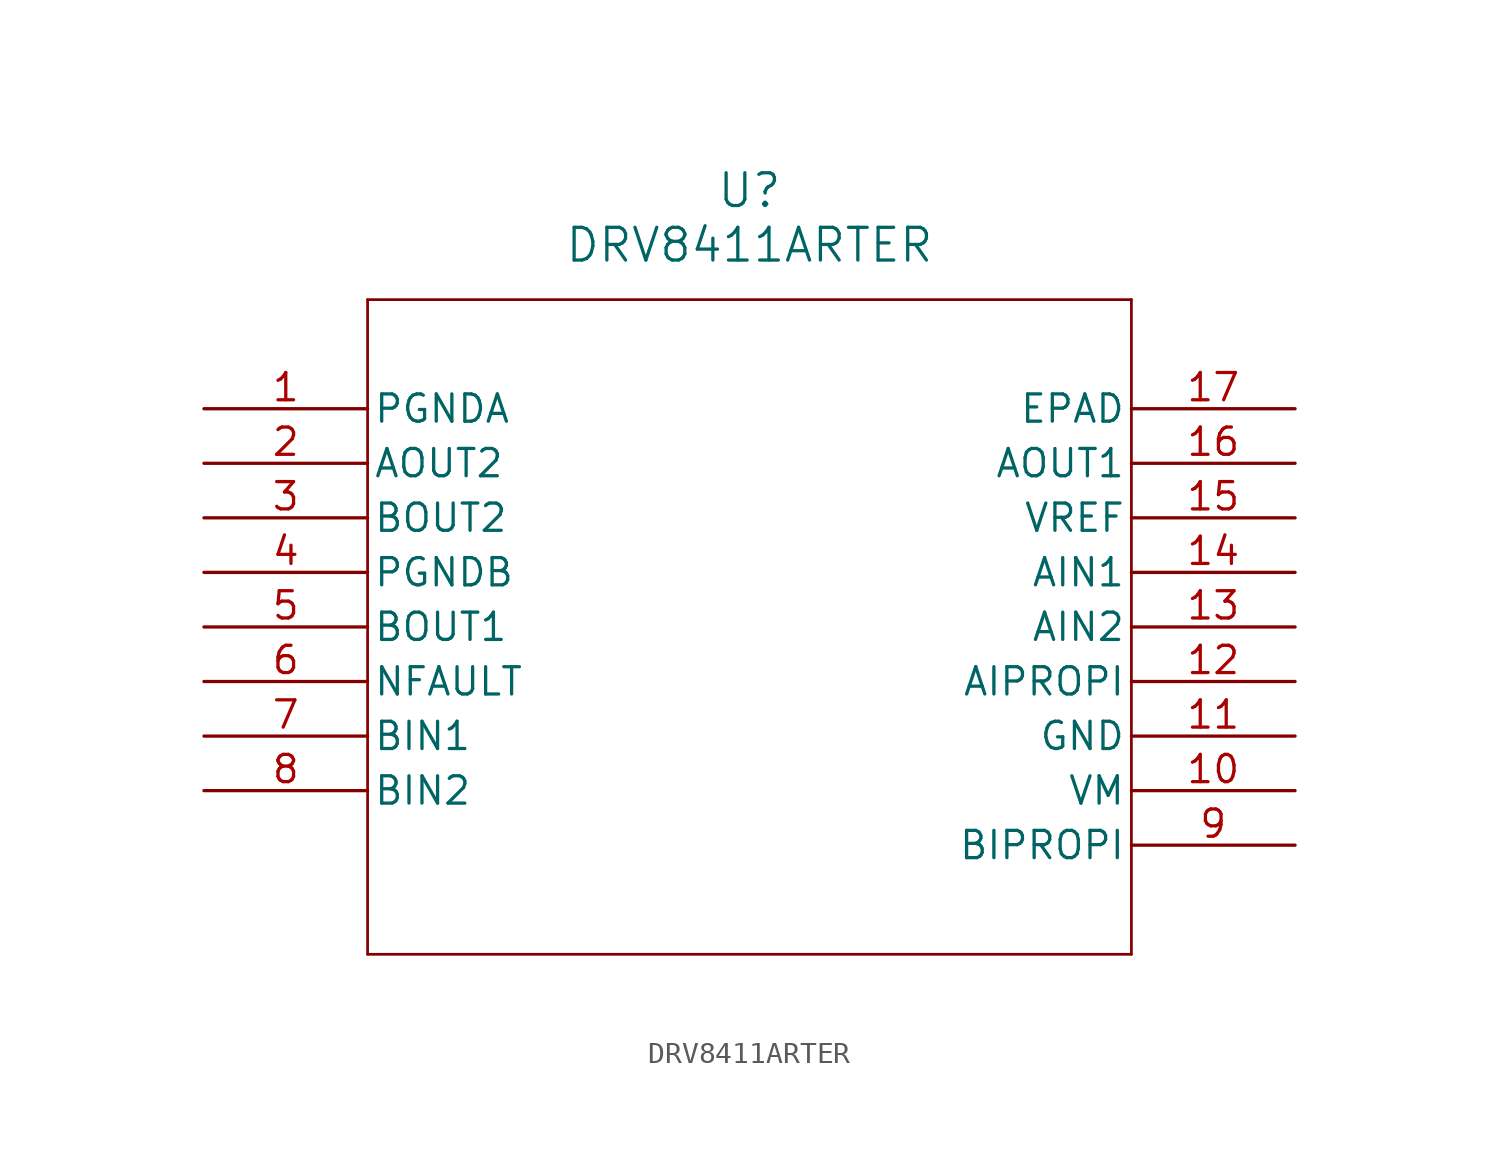
<source format=kicad_sym>
(kicad_symbol_lib
  (version 20211014)
  (generator kicad_symbol_editor)
  (symbol "DRV8411ARTER"
    (pin_names
      (offset 0.254))
    (property "Reference" "U"
      (at 25.4 10.16 0)
      (effects (font (size 1.524 1.524))))
    (property "Value" "DRV8411ARTER"
      (at 25.4 7.62 0)
      (effects (font (size 1.524 1.524))))
    (symbol "DRV8411ARTER_0_1"
      (polyline (pts (xy 7.62 5.08) (xy 7.62 -25.4)) (stroke (width 0.127) (type default) (color 0 0 0 0)) (fill (type none)))
      (polyline (pts (xy 7.62 -25.4) (xy 43.18 -25.4)) (stroke (width 0.127) (type default) (color 0 0 0 0)) (fill (type none)))
      (polyline (pts (xy 43.18 -25.4) (xy 43.18 5.08)) (stroke (width 0.127) (type default) (color 0 0 0 0)) (fill (type none)))
      (polyline (pts (xy 43.18 5.08) (xy 7.62 5.08)) (stroke (width 0.127) (type default) (color 0 0 0 0)) (fill (type none)))
      (pin power_in line (at 0 0 0) (length 7.62) (name "PGNDA" (effects (font (size 1.27 1.27)))) (number "1" (effects (font (size 1.27 1.27)))))
      (pin output line (at 0 -2.54 0) (length 7.62) (name "AOUT2" (effects (font (size 1.27 1.27)))) (number "2" (effects (font (size 1.27 1.27)))))
      (pin output line (at 0 -5.08 0) (length 7.62) (name "BOUT2" (effects (font (size 1.27 1.27)))) (number "3" (effects (font (size 1.27 1.27)))))
      (pin power_in line (at 0 -7.62 0) (length 7.62) (name "PGNDB" (effects (font (size 1.27 1.27)))) (number "4" (effects (font (size 1.27 1.27)))))
      (pin output line (at 0 -10.16 0) (length 7.62) (name "BOUT1" (effects (font (size 1.27 1.27)))) (number "5" (effects (font (size 1.27 1.27)))))
      (pin output line (at 0 -12.7 0) (length 7.62) (name "NFAULT" (effects (font (size 1.27 1.27)))) (number "6" (effects (font (size 1.27 1.27)))))
      (pin input line (at 0 -15.24 0) (length 7.62) (name "BIN1" (effects (font (size 1.27 1.27)))) (number "7" (effects (font (size 1.27 1.27)))))
      (pin input line (at 0 -17.78 0) (length 7.62) (name "BIN2" (effects (font (size 1.27 1.27)))) (number "8" (effects (font (size 1.27 1.27)))))
      (pin output line (at 50.8 -20.32 180) (length 7.62) (name "BIPROPI" (effects (font (size 1.27 1.27)))) (number "9" (effects (font (size 1.27 1.27)))))
      (pin power_in line (at 50.8 -17.78 180) (length 7.62) (name "VM" (effects (font (size 1.27 1.27)))) (number "10" (effects (font (size 1.27 1.27)))))
      (pin power_in line (at 50.8 -15.24 180) (length 7.62) (name "GND" (effects (font (size 1.27 1.27)))) (number "11" (effects (font (size 1.27 1.27)))))
      (pin output line (at 50.8 -12.7 180) (length 7.62) (name "AIPROPI" (effects (font (size 1.27 1.27)))) (number "12" (effects (font (size 1.27 1.27)))))
      (pin input line (at 50.8 -10.16 180) (length 7.62) (name "AIN2" (effects (font (size 1.27 1.27)))) (number "13" (effects (font (size 1.27 1.27)))))
      (pin input line (at 50.8 -7.62 180) (length 7.62) (name "AIN1" (effects (font (size 1.27 1.27)))) (number "14" (effects (font (size 1.27 1.27)))))
      (pin input line (at 50.8 -5.08 180) (length 7.62) (name "VREF" (effects (font (size 1.27 1.27)))) (number "15" (effects (font (size 1.27 1.27)))))
      (pin output line (at 50.8 -2.54 180) (length 7.62) (name "AOUT1" (effects (font (size 1.27 1.27)))) (number "16" (effects (font (size 1.27 1.27)))))
      (pin power_out line (at 50.8 0 180) (length 7.62) (name "EPAD" (effects (font (size 1.27 1.27)))) (number "17" (effects (font (size 1.27 1.27))))))))
</source>
